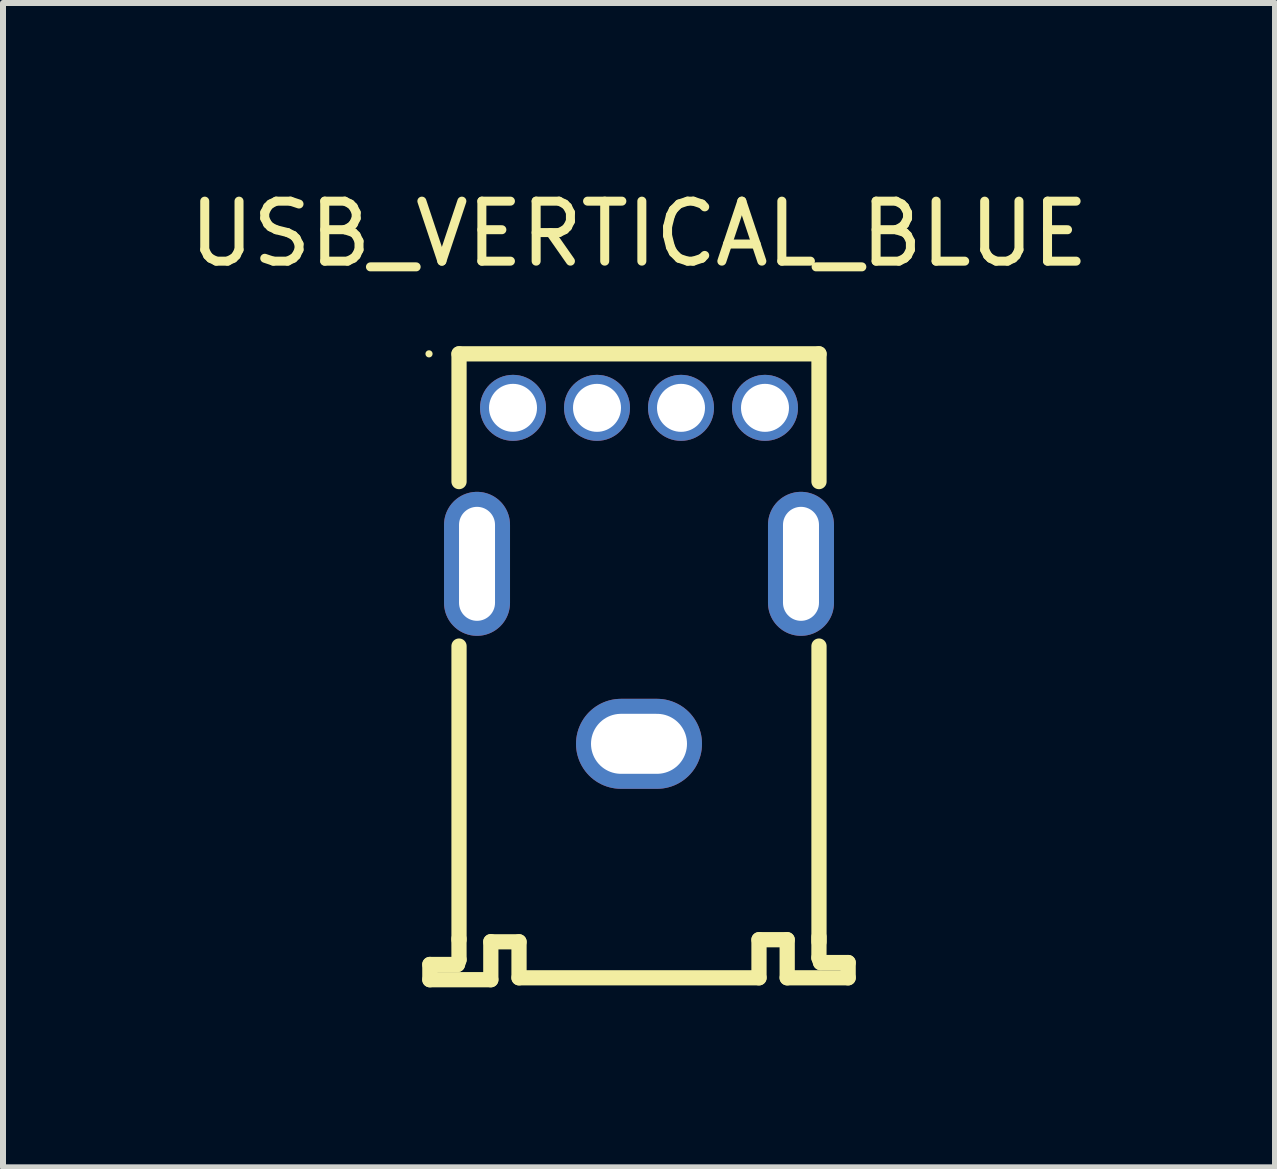
<source format=kicad_pcb>
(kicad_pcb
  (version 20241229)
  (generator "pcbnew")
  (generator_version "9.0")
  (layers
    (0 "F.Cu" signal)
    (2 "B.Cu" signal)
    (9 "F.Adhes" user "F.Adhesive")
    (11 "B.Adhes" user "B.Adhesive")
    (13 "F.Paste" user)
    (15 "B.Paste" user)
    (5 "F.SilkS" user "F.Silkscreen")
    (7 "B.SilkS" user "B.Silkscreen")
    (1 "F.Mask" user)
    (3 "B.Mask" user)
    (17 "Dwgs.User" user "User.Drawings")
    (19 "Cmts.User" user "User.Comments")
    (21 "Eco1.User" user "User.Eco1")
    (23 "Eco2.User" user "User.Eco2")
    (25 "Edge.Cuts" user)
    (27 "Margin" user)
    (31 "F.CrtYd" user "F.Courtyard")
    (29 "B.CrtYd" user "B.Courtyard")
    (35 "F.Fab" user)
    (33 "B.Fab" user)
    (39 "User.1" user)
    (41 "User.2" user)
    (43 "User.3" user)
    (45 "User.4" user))
  (footprint "USB_VERTICAL_BLUE"
    (layer "F.Cu")
    (at 7.601 6.548)
    (property "Reference" "USB_VERTICAL_BLUE" (at -0.000191 -5.7 0) (layer "F.SilkS") (effects (font (size 1 1) (thickness 0.15))))
    (attr through_hole)
    (fp_line (start -3.486 6.478) (end -3.486 6.732) (stroke (width 0.254) (type solid)) (layer "F.SilkS"))
    (fp_line (start -3.486 6.732) (end -2.47 6.732) (stroke (width 0.254) (type solid)) (layer "F.SilkS"))
    (fp_line (start -3.026 6.478) (end -3.486 6.478) (stroke (width 0.254) (type solid)) (layer "F.SilkS"))
    (fp_line (start -3.001 6.051) (end -3 6.4) (stroke (width 0.254) (type solid)) (layer "F.SilkS"))
    (fp_line (start -3 -3.7) (end -3 -1.571) (stroke (width 0.254) (type solid)) (layer "F.SilkS"))
    (fp_line (start -3 -3.7) (end 3 -3.7) (stroke (width 0.254) (type solid)) (layer "F.SilkS"))
    (fp_line (start -3 1.171) (end -3 6.065) (stroke (width 0.254) (type solid)) (layer "F.SilkS"))
    (fp_line (start -3 6.4) (end -3.026 6.478) (stroke (width 0.254) (type solid)) (layer "F.SilkS"))
    (fp_line (start -2.47 6.732) (end -2.47 6.097) (stroke (width 0.254) (type solid)) (layer "F.SilkS"))
    (fp_line (start -2 6.1) (end -2.47 6.1) (stroke (width 0.254) (type solid)) (layer "F.SilkS"))
    (fp_line (start -2 6.7) (end -2 6.1) (stroke (width 0.254) (type solid)) (layer "F.SilkS"))
    (fp_line (start 2 6.065) (end 2 6.7) (stroke (width 0.254) (type solid)) (layer "F.SilkS"))
    (fp_line (start 2 6.7) (end -2 6.7) (stroke (width 0.254) (type solid)) (layer "F.SilkS"))
    (fp_line (start 2.47 6.065) (end 2 6.065) (stroke (width 0.254) (type solid)) (layer "F.SilkS"))
    (fp_line (start 2.47 6.7) (end 2.47 6.065) (stroke (width 0.254) (type solid)) (layer "F.SilkS"))
    (fp_line (start 2.999 6.368) (end 3.026 6.446) (stroke (width 0.254) (type solid)) (layer "F.SilkS"))
    (fp_line (start 3 -3.7) (end 3 -1.571) (stroke (width 0.254) (type solid)) (layer "F.SilkS"))
    (fp_line (start 3 1.171) (end 3 6.1) (stroke (width 0.254) (type solid)) (layer "F.SilkS"))
    (fp_line (start 3 6.019) (end 2.999 6.368) (stroke (width 0.254) (type solid)) (layer "F.SilkS"))
    (fp_line (start 3.026 6.446) (end 3.486 6.446) (stroke (width 0.254) (type solid)) (layer "F.SilkS"))
    (fp_line (start 3.486 6.446) (end 3.486 6.7) (stroke (width 0.254) (type solid)) (layer "F.SilkS"))
    (fp_line (start 3.486 6.7) (end 2.47 6.7) (stroke (width 0.254) (type solid)) (layer "F.SilkS"))
    (fp_circle (center -3.5 -3.7) (end -3.47 -3.7) (stroke (width 0.06) (type solid)) (fill no) (layer "F.SilkS"))
    (pad "1" thru_hole circle (at -2.1 -2.8) (size 1.1 1.1) (drill 0.8) (layers "*.Cu" "*.Mask"))
    (pad "2" thru_hole circle (at -0.7 -2.8) (size 1.1 1.1) (drill 0.8) (layers "*.Cu" "*.Mask"))
    (pad "3" thru_hole circle (at 0.7 -2.8) (size 1.1 1.1) (drill 0.8) (layers "*.Cu" "*.Mask"))
    (pad "4" thru_hole circle (at 2.1 -2.8) (size 1.1 1.1) (drill 0.8) (layers "*.Cu" "*.Mask"))
    (pad "5" thru_hole oval (at -2.7 -0.2) (size 1.1 2.4) (drill oval 0.6 1.9) (layers "*.Cu" "*.Mask"))
    (pad "6" thru_hole oval (at 0 2.8 90) (size 1.5 2.1) (drill oval 1 1.6) (layers "*.Cu" "*.Mask"))
    (pad "7" thru_hole oval (at 2.7 -0.2) (size 1.1 2.4) (drill oval 0.6 1.9) (layers "*.Cu" "*.Mask")))
  (gr_rect
    (start -3 -3)
    (end 18.202 16.407)
    (stroke (width 0.1) (type default))
    (fill no)
    (layer "Edge.Cuts")))
</source>
